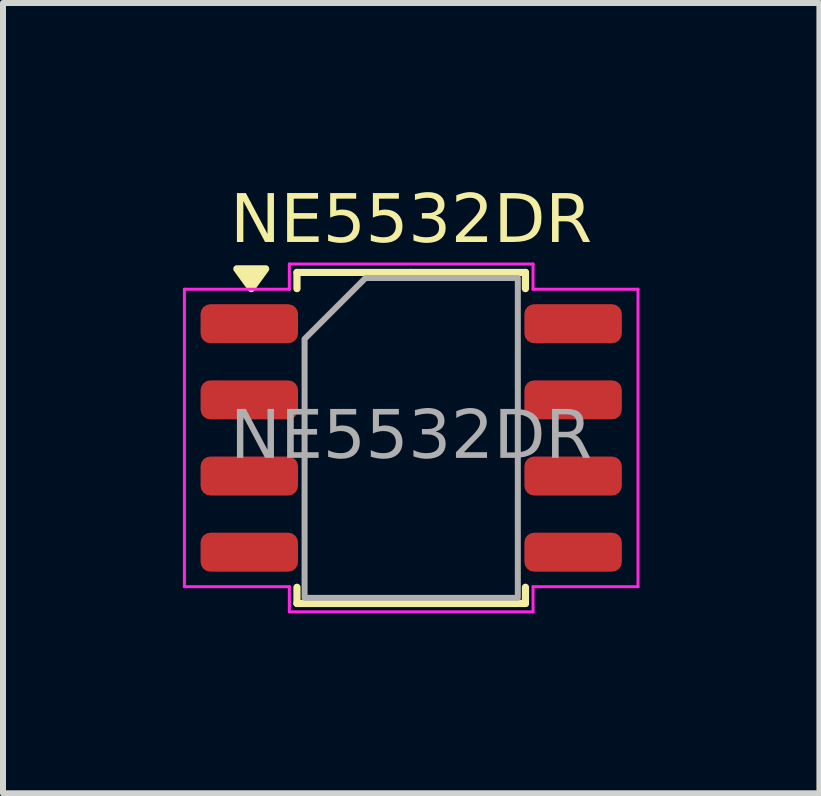
<source format=kicad_pcb>
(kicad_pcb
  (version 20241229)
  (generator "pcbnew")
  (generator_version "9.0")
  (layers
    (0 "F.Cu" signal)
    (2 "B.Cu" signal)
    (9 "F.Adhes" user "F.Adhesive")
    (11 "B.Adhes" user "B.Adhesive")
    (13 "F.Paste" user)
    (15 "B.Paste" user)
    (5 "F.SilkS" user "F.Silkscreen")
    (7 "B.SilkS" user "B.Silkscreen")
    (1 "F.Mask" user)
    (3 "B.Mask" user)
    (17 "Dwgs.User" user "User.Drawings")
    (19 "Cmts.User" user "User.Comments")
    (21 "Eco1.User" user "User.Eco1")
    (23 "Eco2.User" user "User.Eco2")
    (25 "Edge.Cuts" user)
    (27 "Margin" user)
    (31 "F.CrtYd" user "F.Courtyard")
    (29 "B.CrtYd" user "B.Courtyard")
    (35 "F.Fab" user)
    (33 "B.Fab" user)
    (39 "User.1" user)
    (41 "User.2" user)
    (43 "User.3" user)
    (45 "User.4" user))
  (footprint "NE5532DR"
    (layer "F.Cu")
    (at 3.807 4.253)
    (property "Reference" "NE5532DR" (at 0 -3.6 180) (layer "F.SilkS") (effects (font (face "Berlin Type Office") (size 0.8 0.8) (thickness 0.1))))
    (attr smd)
    (fp_line (start -1.905 -2.76) (end -1.905 -2.49) (stroke (width 0.12) (type solid)) (layer "F.SilkS"))
    (fp_line (start -1.905 2.76) (end -1.905 2.49) (stroke (width 0.12) (type solid)) (layer "F.SilkS"))
    (fp_line (start 0 -2.76) (end -1.905 -2.76) (stroke (width 0.12) (type solid)) (layer "F.SilkS"))
    (fp_line (start 0 -2.76) (end 1.905 -2.76) (stroke (width 0.12) (type solid)) (layer "F.SilkS"))
    (fp_line (start 0 2.76) (end -1.905 2.76) (stroke (width 0.12) (type solid)) (layer "F.SilkS"))
    (fp_line (start 0 2.76) (end 1.905 2.76) (stroke (width 0.12) (type solid)) (layer "F.SilkS"))
    (fp_line (start 1.905 -2.76) (end 1.905 -2.49) (stroke (width 0.12) (type solid)) (layer "F.SilkS"))
    (fp_line (start 1.905 2.76) (end 1.905 2.49) (stroke (width 0.12) (type solid)) (layer "F.SilkS"))
    (fp_poly (pts (xy -2.667 -2.49) (xy -2.907 -2.82) (xy -2.427 -2.82)) (stroke (width 0.12) (type solid)) (fill yes) (layer "F.SilkS"))
    (fp_line (start -3.782 -2.48) (end -2.032 -2.48) (stroke (width 0.05) (type solid)) (layer "F.CrtYd"))
    (fp_line (start -3.782 2.48) (end -3.782 -2.48) (stroke (width 0.05) (type solid)) (layer "F.CrtYd"))
    (fp_line (start -2.032 -2.9) (end 2.032 -2.9) (stroke (width 0.05) (type solid)) (layer "F.CrtYd"))
    (fp_line (start -2.032 -2.48) (end -2.032 -2.9) (stroke (width 0.05) (type solid)) (layer "F.CrtYd"))
    (fp_line (start -2.032 2.48) (end -3.782 2.48) (stroke (width 0.05) (type solid)) (layer "F.CrtYd"))
    (fp_line (start -2.032 2.9) (end -2.032 2.48) (stroke (width 0.05) (type solid)) (layer "F.CrtYd"))
    (fp_line (start 2.032 -2.9) (end 2.032 -2.48) (stroke (width 0.05) (type solid)) (layer "F.CrtYd"))
    (fp_line (start 2.032 -2.48) (end 3.782 -2.48) (stroke (width 0.05) (type solid)) (layer "F.CrtYd"))
    (fp_line (start 2.032 2.48) (end 2.032 2.9) (stroke (width 0.05) (type solid)) (layer "F.CrtYd"))
    (fp_line (start 2.032 2.9) (end -2.032 2.9) (stroke (width 0.05) (type solid)) (layer "F.CrtYd"))
    (fp_line (start 3.782 -2.48) (end 3.782 2.48) (stroke (width 0.05) (type solid)) (layer "F.CrtYd"))
    (fp_line (start 3.782 2.48) (end 2.032 2.48) (stroke (width 0.05) (type solid)) (layer "F.CrtYd"))
    (fp_poly (pts (xy -1.778 -1.651) (xy -1.778 2.667) (xy 1.778 2.667) (xy 1.778 -2.667) (xy -0.762 -2.667)) (stroke (width 0.1) (type solid)) (fill no) (layer "F.Fab"))
    (fp_text user "${REFERENCE}" (at 0 0 180) (layer "F.Fab") (effects (font (face "Berlin Type Office") (size 0.8 0.8) (thickness 0.1))))
    (pad "1" smd roundrect (at -2.7 -1.905) (size 1.625 0.65) (layers "F.Cu" "F.Mask" "F.Paste") (roundrect_rratio 0.25))
    (pad "2" smd roundrect (at -2.7 -0.635) (size 1.625 0.65) (layers "F.Cu" "F.Mask" "F.Paste") (roundrect_rratio 0.25))
    (pad "3" smd roundrect (at -2.7 0.635) (size 1.625 0.65) (layers "F.Cu" "F.Mask" "F.Paste") (roundrect_rratio 0.25))
    (pad "4" smd roundrect (at -2.7 1.905) (size 1.625 0.65) (layers "F.Cu" "F.Mask" "F.Paste") (roundrect_rratio 0.25))
    (pad "5" smd roundrect (at 2.7 1.905) (size 1.625 0.65) (layers "F.Cu" "F.Mask" "F.Paste") (roundrect_rratio 0.25))
    (pad "6" smd roundrect (at 2.7 0.635) (size 1.625 0.65) (layers "F.Cu" "F.Mask" "F.Paste") (roundrect_rratio 0.25))
    (pad "7" smd roundrect (at 2.7 -0.635) (size 1.625 0.65) (layers "F.Cu" "F.Mask" "F.Paste") (roundrect_rratio 0.25))
    (pad "8" smd roundrect (at 2.7 -1.905) (size 1.625 0.65) (layers "F.Cu" "F.Mask" "F.Paste") (roundrect_rratio 0.25)))
  (gr_rect
    (start -3 -3)
    (end 10.614 10.178)
    (stroke (width 0.1) (type default))
    (fill no)
    (layer "Edge.Cuts")))
</source>
